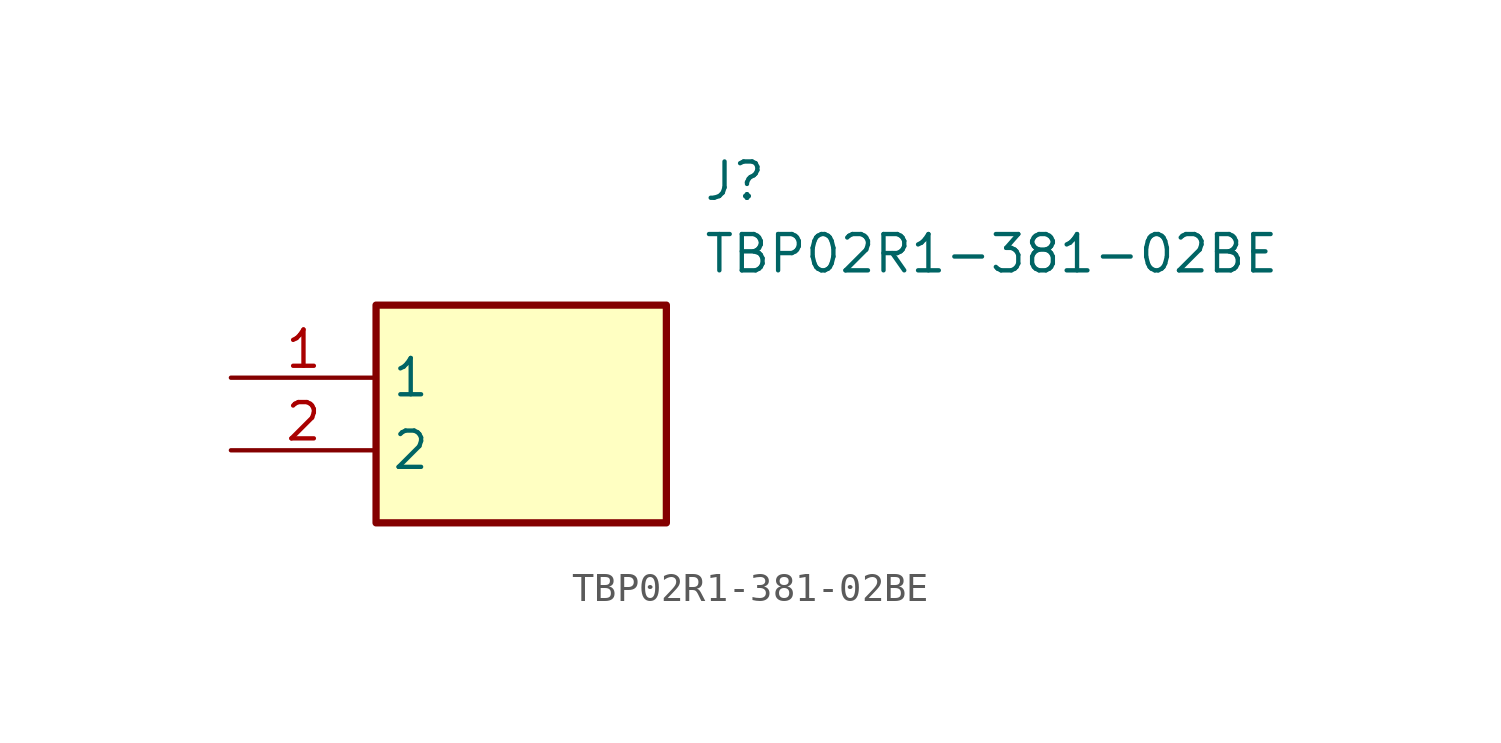
<source format=kicad_sym>
(kicad_symbol_lib
  (version 20211014)
  (generator SamacSys_ECAD_Model)
  (symbol "TBP02R1-381-02BE"
    (property "Reference" "J"
      (at 16.51 7.62 0)
      (effects (font (size 1.27 1.27)) (justify left top)))
    (property "Value" "TBP02R1-381-02BE"
      (at 16.51 5.08 0)
      (effects (font (size 1.27 1.27)) (justify left top)))
    (rectangle
      (start 5.08 2.54)
      (end 15.24 -5.08)
      (stroke (width 0.254) (type default))
      (fill (type background)))
    (pin passive line
      (at 0 0 0)
      (length 5.08)
      (name "1" (effects (font (size 1.27 1.27))))
      (number "1" (effects (font (size 1.27 1.27)))))
    (pin passive line
      (at 0 -2.54 0)
      (length 5.08)
      (name "2" (effects (font (size 1.27 1.27))))
      (number "2" (effects (font (size 1.27 1.27)))))))
</source>
